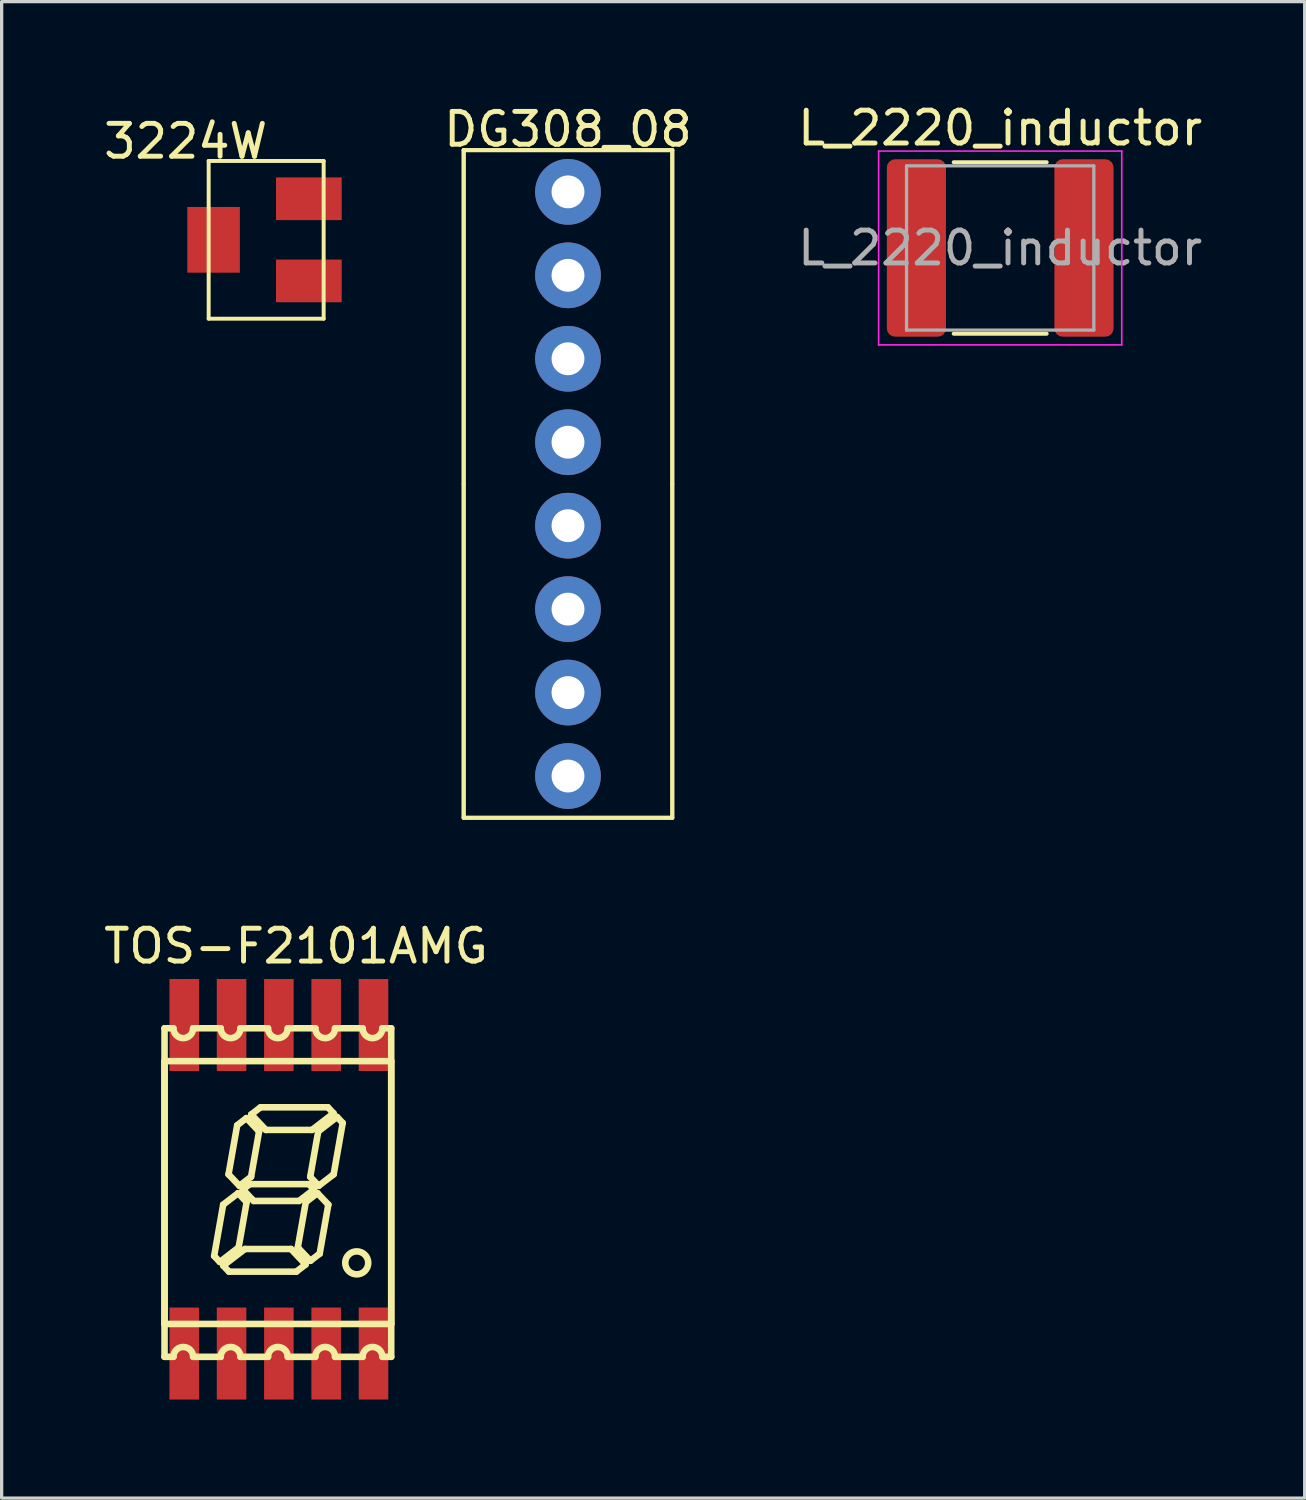
<source format=kicad_pcb>
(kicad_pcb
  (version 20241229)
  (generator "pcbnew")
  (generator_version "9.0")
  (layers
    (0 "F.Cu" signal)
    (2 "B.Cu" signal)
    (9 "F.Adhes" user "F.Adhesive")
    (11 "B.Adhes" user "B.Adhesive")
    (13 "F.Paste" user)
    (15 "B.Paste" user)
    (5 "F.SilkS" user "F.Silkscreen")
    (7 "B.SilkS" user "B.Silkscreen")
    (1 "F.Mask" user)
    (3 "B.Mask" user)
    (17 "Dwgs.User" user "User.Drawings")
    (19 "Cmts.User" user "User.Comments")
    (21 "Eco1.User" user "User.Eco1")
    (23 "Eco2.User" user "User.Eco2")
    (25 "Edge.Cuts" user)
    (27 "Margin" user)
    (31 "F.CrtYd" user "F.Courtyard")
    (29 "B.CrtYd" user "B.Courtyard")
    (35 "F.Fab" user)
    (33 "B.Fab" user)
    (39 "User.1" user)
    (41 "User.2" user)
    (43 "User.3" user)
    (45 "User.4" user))
  (footprint "DG308_08"
    (layer "F.Cu")
    (at 14.238 0.25)
    (property "Reference" "DG308_08" (at 0 0.635 0) (layer "F.SilkS") (effects (font (size 1 1) (thickness 0.15))))
    (attr through_hole)
    (fp_line (start -3.175 1.27) (end -3.175 11.43) (stroke (width 0.12) (type solid)) (layer "F.SilkS"))
    (fp_line (start -3.175 1.27) (end -3.175 21.59) (stroke (width 0.12) (type solid)) (layer "F.SilkS"))
    (fp_line (start -3.175 1.27) (end 3.175 1.27) (stroke (width 0.12) (type solid)) (layer "F.SilkS"))
    (fp_line (start -3.175 11.43) (end -3.175 21.59) (stroke (width 0.12) (type solid)) (layer "F.SilkS"))
    (fp_line (start -3.175 21.59) (end 3.175 21.59) (stroke (width 0.12) (type solid)) (layer "F.SilkS"))
    (fp_line (start 3.175 1.27) (end -3.175 1.27) (stroke (width 0.12) (type solid)) (layer "F.SilkS"))
    (fp_line (start 3.175 1.27) (end 3.175 11.43) (stroke (width 0.12) (type solid)) (layer "F.SilkS"))
    (fp_line (start 3.175 11.43) (end 3.175 21.59) (stroke (width 0.12) (type solid)) (layer "F.SilkS"))
    (fp_line (start 3.175 21.59) (end -3.175 21.59) (stroke (width 0.12) (type solid)) (layer "F.SilkS"))
    (fp_line (start 3.175 21.59) (end 3.175 1.27) (stroke (width 0.12) (type solid)) (layer "F.SilkS"))
    (pad "1" thru_hole circle (at 0 20.32) (size 2 2) (drill 1) (layers "*.Cu" "*.Mask"))
    (pad "2" thru_hole circle (at 0 17.78) (size 2 2) (drill 1) (layers "*.Cu" "*.Mask"))
    (pad "3" thru_hole circle (at 0 15.24) (size 2 2) (drill 1) (layers "*.Cu" "*.Mask"))
    (pad "4" thru_hole circle (at 0 12.7) (size 2 2) (drill 1) (layers "*.Cu" "*.Mask"))
    (pad "5" thru_hole circle (at 0 10.16) (size 2 2) (drill 1) (layers "*.Cu" "*.Mask"))
    (pad "6" thru_hole circle (at 0 7.62) (size 2 2) (drill 1) (layers "*.Cu" "*.Mask"))
    (pad "7" thru_hole circle (at 0 5.08) (size 2 2) (drill 1) (layers "*.Cu" "*.Mask"))
    (pad "8" thru_hole circle (at 0 2.54) (size 2 2) (drill 1) (layers "*.Cu" "*.Mask")))
  (footprint "TOS-F2101AMG"
    (layer "F.Cu")
    (at 5.958 25.248)
    (property "Reference" "TOS-F2101AMG" (at 0 0.5 0) (layer "F.SilkS") (effects (font (size 1 1) (thickness 0.15))))
    (attr through_hole)
    (fp_line (start -4 3) (end -3.73 3) (stroke (width 0.2) (type solid)) (layer "F.SilkS"))
    (fp_line (start -4 4) (end 2.9 4) (stroke (width 0.2) (type solid)) (layer "F.SilkS"))
    (fp_line (start -4 12) (end -4 4) (stroke (width 0.2) (type solid)) (layer "F.SilkS"))
    (fp_line (start -4 13) (end -4 3) (stroke (width 0.2) (type solid)) (layer "F.SilkS"))
    (fp_line (start -3.73 13) (end -4 13) (stroke (width 0.2) (type solid)) (layer "F.SilkS"))
    (fp_line (start -3.13 3) (end -2.29 3) (stroke (width 0.2) (type solid)) (layer "F.SilkS"))
    (fp_line (start -2.49 9.93) (end -2.215 8.368) (stroke (width 0.2) (type solid)) (layer "F.SilkS"))
    (fp_line (start -2.317 10.113) (end -2.49 9.93) (stroke (width 0.2) (type solid)) (layer "F.SilkS"))
    (fp_line (start -2.29 13) (end -3.13 13) (stroke (width 0.2) (type solid)) (layer "F.SilkS"))
    (fp_line (start -2.052 7.445) (end -1.789 5.952) (stroke (width 0.2) (type solid)) (layer "F.SilkS"))
    (fp_line (start -2.039 10.408) (end -2.212 10.225) (stroke (width 0.2) (type solid)) (layer "F.SilkS"))
    (fp_line (start -2.039 10.408) (end 0.011 10.408) (stroke (width 0.2) (type solid)) (layer "F.SilkS"))
    (fp_line (start -1.76 8.018) (end -2.215 8.368) (stroke (width 0.2) (type solid)) (layer "F.SilkS"))
    (fp_line (start -1.76 8.018) (end -1.501 8.291) (stroke (width 0.2) (type solid)) (layer "F.SilkS"))
    (fp_line (start -1.745 9.672) (end -2.317 10.113) (stroke (width 0.2) (type solid)) (layer "F.SilkS"))
    (fp_line (start -1.745 9.672) (end -1.501 8.291) (stroke (width 0.2) (type solid)) (layer "F.SilkS"))
    (fp_line (start -1.721 7.795) (end -2.052 7.445) (stroke (width 0.2) (type solid)) (layer "F.SilkS"))
    (fp_line (start -1.69 3) (end -0.85 3) (stroke (width 0.2) (type solid)) (layer "F.SilkS"))
    (fp_line (start -1.554 9.718) (end -2.212 10.225) (stroke (width 0.2) (type solid)) (layer "F.SilkS"))
    (fp_line (start -1.554 9.718) (end -0.152 9.718) (stroke (width 0.2) (type solid)) (layer "F.SilkS"))
    (fp_line (start -1.506 5.734) (end -1.789 5.952) (stroke (width 0.2) (type solid)) (layer "F.SilkS"))
    (fp_line (start -1.506 5.734) (end -1.122 6.14) (stroke (width 0.2) (type solid)) (layer "F.SilkS"))
    (fp_line (start -1.405 7.744) (end -1.616 7.906) (stroke (width 0.2) (type solid)) (layer "F.SilkS"))
    (fp_line (start -1.405 7.744) (end 0.395 7.744) (stroke (width 0.2) (type solid)) (layer "F.SilkS"))
    (fp_line (start -1.366 7.521) (end -1.721 7.795) (stroke (width 0.2) (type solid)) (layer "F.SilkS"))
    (fp_line (start -1.366 7.521) (end -1.122 6.14) (stroke (width 0.2) (type solid)) (layer "F.SilkS"))
    (fp_line (start -1.361 5.623) (end -0.915 6.094) (stroke (width 0.2) (type solid)) (layer "F.SilkS"))
    (fp_line (start -1.285 8.256) (end -1.616 7.906) (stroke (width 0.2) (type solid)) (layer "F.SilkS"))
    (fp_line (start -1.285 8.256) (end 0.094 8.256) (stroke (width 0.2) (type solid)) (layer "F.SilkS"))
    (fp_line (start -1.078 5.405) (end -1.361 5.623) (stroke (width 0.2) (type solid)) (layer "F.SilkS"))
    (fp_line (start -1.078 5.405) (end 0.972 5.405) (stroke (width 0.2) (type solid)) (layer "F.SilkS"))
    (fp_line (start -0.915 6.094) (end 0.487 6.094) (stroke (width 0.2) (type solid)) (layer "F.SilkS"))
    (fp_line (start -0.85 13) (end -1.69 13) (stroke (width 0.2) (type solid)) (layer "F.SilkS"))
    (fp_line (start -0.25 3) (end 0.59 3) (stroke (width 0.2) (type solid)) (layer "F.SilkS"))
    (fp_line (start -0.152 9.718) (end 0.294 10.19) (stroke (width 0.2) (type solid)) (layer "F.SilkS"))
    (fp_line (start 0.055 9.672) (end 0.299 8.291) (stroke (width 0.2) (type solid)) (layer "F.SilkS"))
    (fp_line (start 0.055 9.672) (end 0.439 10.078) (stroke (width 0.2) (type solid)) (layer "F.SilkS"))
    (fp_line (start 0.294 10.19) (end 0.011 10.408) (stroke (width 0.2) (type solid)) (layer "F.SilkS"))
    (fp_line (start 0.395 7.744) (end 0.549 7.906) (stroke (width 0.2) (type solid)) (layer "F.SilkS"))
    (fp_line (start 0.434 7.521) (end 0.678 6.14) (stroke (width 0.2) (type solid)) (layer "F.SilkS"))
    (fp_line (start 0.434 7.521) (end 0.693 7.795) (stroke (width 0.2) (type solid)) (layer "F.SilkS"))
    (fp_line (start 0.549 7.906) (end 0.094 8.256) (stroke (width 0.2) (type solid)) (layer "F.SilkS"))
    (fp_line (start 0.59 13) (end -0.25 13) (stroke (width 0.2) (type solid)) (layer "F.SilkS"))
    (fp_line (start 0.654 8.018) (end 0.299 8.291) (stroke (width 0.2) (type solid)) (layer "F.SilkS"))
    (fp_line (start 0.654 8.018) (end 0.985 8.368) (stroke (width 0.2) (type solid)) (layer "F.SilkS"))
    (fp_line (start 0.722 9.86) (end 0.439 10.078) (stroke (width 0.2) (type solid)) (layer "F.SilkS"))
    (fp_line (start 0.722 9.86) (end 0.985 8.368) (stroke (width 0.2) (type solid)) (layer "F.SilkS"))
    (fp_line (start 1.145 5.588) (end 0.487 6.094) (stroke (width 0.2) (type solid)) (layer "F.SilkS"))
    (fp_line (start 1.145 5.588) (end 0.972 5.405) (stroke (width 0.2) (type solid)) (layer "F.SilkS"))
    (fp_line (start 1.148 7.445) (end 0.693 7.795) (stroke (width 0.2) (type solid)) (layer "F.SilkS"))
    (fp_line (start 1.148 7.445) (end 1.423 5.882) (stroke (width 0.2) (type solid)) (layer "F.SilkS"))
    (fp_line (start 1.19 3) (end 2.03 3) (stroke (width 0.2) (type solid)) (layer "F.SilkS"))
    (fp_line (start 1.25 5.699) (end 0.678 6.14) (stroke (width 0.2) (type solid)) (layer "F.SilkS"))
    (fp_line (start 1.423 5.882) (end 1.25 5.699) (stroke (width 0.2) (type solid)) (layer "F.SilkS"))
    (fp_line (start 2.03 13) (end 1.19 13) (stroke (width 0.2) (type solid)) (layer "F.SilkS"))
    (fp_line (start 2.63 3) (end 2.9 3) (stroke (width 0.2) (type solid)) (layer "F.SilkS"))
    (fp_line (start 2.9 3) (end 2.9 13) (stroke (width 0.2) (type solid)) (layer "F.SilkS"))
    (fp_line (start 2.9 4) (end 2.9 12) (stroke (width 0.2) (type solid)) (layer "F.SilkS"))
    (fp_line (start 2.9 12) (end -4 12) (stroke (width 0.2) (type solid)) (layer "F.SilkS"))
    (fp_line (start 2.9 13) (end 2.63 13) (stroke (width 0.2) (type solid)) (layer "F.SilkS"))
    (fp_arc (start -3.73 13) (mid -3.43 12.7) (end -3.13 13) (stroke (width 0.2) (type solid)) (layer "F.SilkS"))
    (fp_arc (start -3.13 3) (mid -3.43 3.3) (end -3.73 3) (stroke (width 0.2) (type solid)) (layer "F.SilkS"))
    (fp_arc (start -2.29 13) (mid -1.99 12.7) (end -1.69 13) (stroke (width 0.2) (type solid)) (layer "F.SilkS"))
    (fp_arc (start -1.69 3) (mid -1.99 3.3) (end -2.29 3) (stroke (width 0.2) (type solid)) (layer "F.SilkS"))
    (fp_arc (start -0.85 13) (mid -0.55 12.7) (end -0.25 13) (stroke (width 0.2) (type solid)) (layer "F.SilkS"))
    (fp_arc (start -0.25 3) (mid -0.55 3.3) (end -0.85 3) (stroke (width 0.2) (type solid)) (layer "F.SilkS"))
    (fp_arc (start 0.59 13) (mid 0.89 12.7) (end 1.19 13) (stroke (width 0.2) (type solid)) (layer "F.SilkS"))
    (fp_arc (start 1.19 3) (mid 0.89 3.3) (end 0.59 3) (stroke (width 0.2) (type solid)) (layer "F.SilkS"))
    (fp_arc (start 2.03 13) (mid 2.33 12.7) (end 2.63 13) (stroke (width 0.2) (type solid)) (layer "F.SilkS"))
    (fp_arc (start 2.63 3) (mid 2.33 3.3) (end 2.03 3) (stroke (width 0.2) (type solid)) (layer "F.SilkS"))
    (fp_circle (center 1.85 10.14) (end 2.2 10.14) (stroke (width 0.2) (type solid)) (fill no) (layer "F.SilkS"))
    (pad "1" smd rect (at -3.4 12.9 90) (size 2.8 0.9) (layers "F.Cu" "F.Mask" "F.Paste"))
    (pad "2" smd rect (at -1.96 12.9 90) (size 2.8 0.9) (layers "F.Cu" "F.Mask" "F.Paste"))
    (pad "3" smd rect (at -0.52 12.9 90) (size 2.8 0.9) (layers "F.Cu" "F.Mask" "F.Paste"))
    (pad "4" smd rect (at 0.92 12.9 90) (size 2.8 0.9) (layers "F.Cu" "F.Mask" "F.Paste"))
    (pad "5" smd rect (at 2.36 12.9 90) (size 2.8 0.9) (layers "F.Cu" "F.Mask" "F.Paste"))
    (pad "6" smd rect (at -3.4 2.9 90) (size 2.8 0.9) (layers "F.Cu" "F.Mask" "F.Paste"))
    (pad "7" smd rect (at -1.96 2.9 90) (size 2.8 0.9) (layers "F.Cu" "F.Mask" "F.Paste"))
    (pad "8" smd rect (at -0.52 2.9 90) (size 2.8 0.9) (layers "F.Cu" "F.Mask" "F.Paste"))
    (pad "9" smd rect (at 0.92 2.9 90) (size 2.8 0.9) (layers "F.Cu" "F.Mask" "F.Paste"))
    (pad "10" smd rect (at 2.36 2.9 90) (size 2.8 0.9) (layers "F.Cu" "F.Mask" "F.Paste")))
  (footprint "L_2220_inductor"
    (layer "F.Cu")
    (at 27.393 4.498)
    (property "Reference" "L_2220_inductor" (at 0 -3.65 0) (layer "F.SilkS") (effects (font (size 1 1) (thickness 0.15))))
    (attr smd)
    (fp_line (start -1.416 -2.61) (end 1.416 -2.61) (stroke (width 0.12) (type solid)) (layer "F.SilkS"))
    (fp_line (start -1.416 2.61) (end 1.416 2.61) (stroke (width 0.12) (type solid)) (layer "F.SilkS"))
    (fp_line (start -3.7 -2.95) (end 3.7 -2.95) (stroke (width 0.05) (type solid)) (layer "F.CrtYd"))
    (fp_line (start -3.7 2.95) (end -3.7 -2.95) (stroke (width 0.05) (type solid)) (layer "F.CrtYd"))
    (fp_line (start 3.7 -2.95) (end 3.7 2.95) (stroke (width 0.05) (type solid)) (layer "F.CrtYd"))
    (fp_line (start 3.7 2.95) (end -3.7 2.95) (stroke (width 0.05) (type solid)) (layer "F.CrtYd"))
    (fp_line (start -2.85 -2.5) (end 2.85 -2.5) (stroke (width 0.1) (type solid)) (layer "F.Fab"))
    (fp_line (start -2.85 2.5) (end -2.85 -2.5) (stroke (width 0.1) (type solid)) (layer "F.Fab"))
    (fp_line (start 2.85 -2.5) (end 2.85 2.5) (stroke (width 0.1) (type solid)) (layer "F.Fab"))
    (fp_line (start 2.85 2.5) (end -2.85 2.5) (stroke (width 0.1) (type solid)) (layer "F.Fab"))
    (fp_text user "${REFERENCE}" (at 0 0 0) (layer "F.Fab") (effects (font (size 1 1) (thickness 0.15))))
    (pad "1" smd roundrect (at -2.55 0) (size 1.8 5.4) (layers "F.Cu" "F.Mask" "F.Paste") (roundrect_rratio 0.139))
    (pad "2" smd roundrect (at 2.55 0) (size 1.8 5.4) (layers "F.Cu" "F.Mask" "F.Paste") (roundrect_rratio 0.139)))
  (footprint "3224W"
    (layer "F.Cu")
    (at 2.601 0.25)
    (property "Reference" "3224W" (at 0 1 0) (layer "F.SilkS") (effects (font (size 1 1) (thickness 0.15))))
    (attr through_hole)
    (fp_line (start 0.7 1.6) (end 4.2 1.6) (stroke (width 0.12) (type solid)) (layer "F.SilkS"))
    (fp_line (start 0.7 6.4) (end 0.7 1.6) (stroke (width 0.12) (type solid)) (layer "F.SilkS"))
    (fp_line (start 0.7 6.4) (end 4.2 6.4) (stroke (width 0.12) (type solid)) (layer "F.SilkS"))
    (fp_line (start 4.2 6.4) (end 4.2 1.6) (stroke (width 0.12) (type solid)) (layer "F.SilkS"))
    (pad "1" smd rect (at 3.75 2.75 90) (size 1.3 2) (layers "F.Cu" "F.Mask" "F.Paste"))
    (pad "2" smd rect (at 0.85 4 90) (size 2 1.6) (layers "F.Cu" "F.Mask" "F.Paste"))
    (pad "3" smd rect (at 3.75 5.25 90) (size 1.3 2) (layers "F.Cu" "F.Mask" "F.Paste")))
  (gr_rect
    (start -3 -3)
    (end 36.661 42.548)
    (stroke (width 0.1) (type default))
    (fill no)
    (layer "Edge.Cuts")))
</source>
